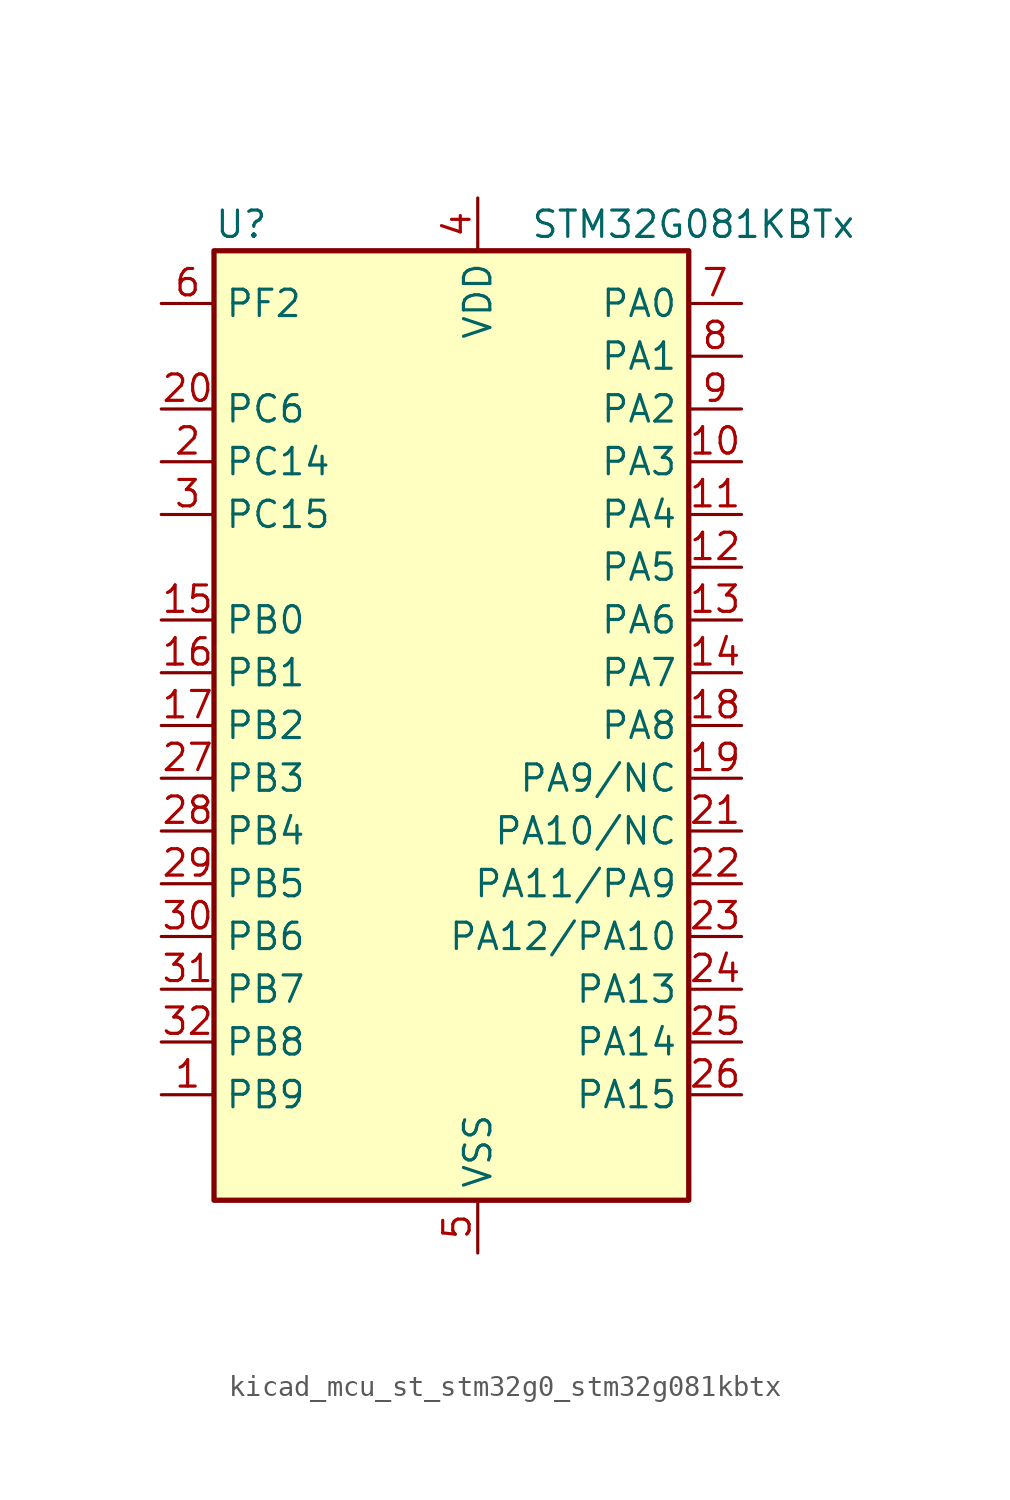
<source format=kicad_sym>
(kicad_symbol_lib
  (version 20220914)
  (generator kicad_symbol_editor)
  (symbol "kicad_mcu_st_stm32g0_stm32g081kbtx"
    (property "Reference" "U"
      (at -10.16 24.13 0)
      (effects (font (size 1.27 1.27)) (justify left)))
    (property "Value" "STM32G081KBTx"
      (at 5.08 24.13 0)
      (effects (font (size 1.27 1.27)) (justify left)))
    (property "ki_locked" ""
      (at 0 0 0)
      (effects (font (size 1.27 1.27))))
    (symbol "kicad_mcu_st_stm32g0_stm32g081kbtx_0_1"
      (rectangle (start -10.16 -22.86) (end 12.7 22.86) (stroke (width 0.254) (type default)) (fill (type background))))
    (symbol "kicad_mcu_st_stm32g0_stm32g081kbtx_1_1"
      (pin bidirectional line (at -12.7 -17.78 0) (length 2.54) (name "PB9" (effects (font (size 1.27 1.27)))) (number "1" (effects (font (size 1.27 1.27)))) (alternate "DAC1_EXTI9" bidirectional line) (alternate "I2C1_SDA" bidirectional line) (alternate "IR_OUT" bidirectional line) (alternate "SPI2_NSS" bidirectional line) (alternate "TIM17_CH1" bidirectional line) (alternate "USART3_RX" bidirectional line))
      (pin bidirectional line (at 15.24 12.7 180) (length 2.54) (name "PA3" (effects (font (size 1.27 1.27)))) (number "10" (effects (font (size 1.27 1.27)))) (alternate "ADC1_IN3" bidirectional line) (alternate "COMP2_INP" bidirectional line) (alternate "LPUART1_RX" bidirectional line) (alternate "SPI2_MISO" bidirectional line) (alternate "TIM15_CH2" bidirectional line) (alternate "TIM2_CH4" bidirectional line) (alternate "USART2_RX" bidirectional line))
      (pin bidirectional line (at 15.24 10.16 180) (length 2.54) (name "PA4" (effects (font (size 1.27 1.27)))) (number "11" (effects (font (size 1.27 1.27)))) (alternate "ADC1_IN4" bidirectional line) (alternate "DAC1_OUT1" bidirectional line) (alternate "I2S1_WS" bidirectional line) (alternate "LPTIM2_OUT" bidirectional line) (alternate "RTC_OUT_ALARM" bidirectional line) (alternate "RTC_OUT_CALIB" bidirectional line) (alternate "RTC_TAMP_IN1" bidirectional line) (alternate "RTC_TS" bidirectional line) (alternate "SPI1_NSS" bidirectional line) (alternate "SPI2_MOSI" bidirectional line) (alternate "SYS_WKUP2" bidirectional line) (alternate "TIM14_CH1" bidirectional line))
      (pin bidirectional line (at 15.24 7.62 180) (length 2.54) (name "PA5" (effects (font (size 1.27 1.27)))) (number "12" (effects (font (size 1.27 1.27)))) (alternate "ADC1_IN5" bidirectional line) (alternate "CEC" bidirectional line) (alternate "DAC1_OUT2" bidirectional line) (alternate "I2S1_CK" bidirectional line) (alternate "LPTIM2_ETR" bidirectional line) (alternate "SPI1_SCK" bidirectional line) (alternate "TIM2_CH1" bidirectional line) (alternate "TIM2_ETR" bidirectional line) (alternate "UCPD1_FRSTX1" bidirectional line) (alternate "UCPD1_FRSTX2" bidirectional line) (alternate "USART3_TX" bidirectional line))
      (pin bidirectional line (at 15.24 5.08 180) (length 2.54) (name "PA6" (effects (font (size 1.27 1.27)))) (number "13" (effects (font (size 1.27 1.27)))) (alternate "ADC1_IN6" bidirectional line) (alternate "COMP1_OUT" bidirectional line) (alternate "I2S1_MCK" bidirectional line) (alternate "LPUART1_CTS" bidirectional line) (alternate "SPI1_MISO" bidirectional line) (alternate "TIM16_CH1" bidirectional line) (alternate "TIM1_BK" bidirectional line) (alternate "TIM3_CH1" bidirectional line) (alternate "USART3_CTS" bidirectional line) (alternate "USART3_NSS" bidirectional line))
      (pin bidirectional line (at 15.24 2.54 180) (length 2.54) (name "PA7" (effects (font (size 1.27 1.27)))) (number "14" (effects (font (size 1.27 1.27)))) (alternate "ADC1_IN7" bidirectional line) (alternate "COMP2_OUT" bidirectional line) (alternate "I2S1_SD" bidirectional line) (alternate "SPI1_MOSI" bidirectional line) (alternate "TIM14_CH1" bidirectional line) (alternate "TIM17_CH1" bidirectional line) (alternate "TIM1_CH1N" bidirectional line) (alternate "TIM3_CH2" bidirectional line) (alternate "UCPD1_FRSTX1" bidirectional line) (alternate "UCPD1_FRSTX2" bidirectional line))
      (pin bidirectional line (at -12.7 5.08 0) (length 2.54) (name "PB0" (effects (font (size 1.27 1.27)))) (number "15" (effects (font (size 1.27 1.27)))) (alternate "ADC1_IN8" bidirectional line) (alternate "COMP1_OUT" bidirectional line) (alternate "I2S1_WS" bidirectional line) (alternate "LPTIM1_OUT" bidirectional line) (alternate "SPI1_NSS" bidirectional line) (alternate "TIM1_CH2N" bidirectional line) (alternate "TIM3_CH3" bidirectional line) (alternate "UCPD1_FRSTX1" bidirectional line) (alternate "UCPD1_FRSTX2" bidirectional line) (alternate "USART3_RX" bidirectional line))
      (pin bidirectional line (at -12.7 2.54 0) (length 2.54) (name "PB1" (effects (font (size 1.27 1.27)))) (number "16" (effects (font (size 1.27 1.27)))) (alternate "ADC1_IN9" bidirectional line) (alternate "COMP1_INM" bidirectional line) (alternate "LPTIM2_IN1" bidirectional line) (alternate "LPUART1_DE" bidirectional line) (alternate "LPUART1_RTS" bidirectional line) (alternate "TIM14_CH1" bidirectional line) (alternate "TIM1_CH3N" bidirectional line) (alternate "TIM3_CH4" bidirectional line) (alternate "USART3_CK" bidirectional line) (alternate "USART3_DE" bidirectional line) (alternate "USART3_RTS" bidirectional line))
      (pin bidirectional line (at -12.7 0 0) (length 2.54) (name "PB2" (effects (font (size 1.27 1.27)))) (number "17" (effects (font (size 1.27 1.27)))) (alternate "ADC1_IN10" bidirectional line) (alternate "COMP1_INP" bidirectional line) (alternate "LPTIM1_OUT" bidirectional line) (alternate "SPI2_MISO" bidirectional line) (alternate "USART3_TX" bidirectional line))
      (pin bidirectional line (at 15.24 0 180) (length 2.54) (name "PA8" (effects (font (size 1.27 1.27)))) (number "18" (effects (font (size 1.27 1.27)))) (alternate "LPTIM2_OUT" bidirectional line) (alternate "RCC_MCO" bidirectional line) (alternate "SPI2_NSS" bidirectional line) (alternate "TIM1_CH1" bidirectional line) (alternate "UCPD1_CC1" bidirectional line))
      (pin bidirectional line (at 15.24 -2.54 180) (length 2.54) (name "PA9/NC" (effects (font (size 1.27 1.27)))) (number "19" (effects (font (size 1.27 1.27)))) (alternate "DAC1_EXTI9" bidirectional line) (alternate "I2C1_SCL" bidirectional line) (alternate "RCC_MCO" bidirectional line) (alternate "SPI2_MISO" bidirectional line) (alternate "TIM15_BK" bidirectional line) (alternate "TIM1_CH2" bidirectional line) (alternate "UCPD1_DBCC1" bidirectional line) (alternate "USART1_TX" bidirectional line))
      (pin bidirectional line (at -12.7 12.7 0) (length 2.54) (name "PC14" (effects (font (size 1.27 1.27)))) (number "2" (effects (font (size 1.27 1.27)))) (alternate "RCC_OSC32_IN" bidirectional line) (alternate "RCC_OSC_IN" bidirectional line) (alternate "TIM1_BK2" bidirectional line))
      (pin bidirectional line (at -12.7 15.24 0) (length 2.54) (name "PC6" (effects (font (size 1.27 1.27)))) (number "20" (effects (font (size 1.27 1.27)))) (alternate "TIM2_CH3" bidirectional line) (alternate "TIM3_CH1" bidirectional line) (alternate "UCPD1_FRSTX1" bidirectional line) (alternate "UCPD1_FRSTX2" bidirectional line))
      (pin bidirectional line (at 15.24 -5.08 180) (length 2.54) (name "PA10/NC" (effects (font (size 1.27 1.27)))) (number "21" (effects (font (size 1.27 1.27)))) (alternate "I2C1_SDA" bidirectional line) (alternate "SPI2_MOSI" bidirectional line) (alternate "TIM17_BK" bidirectional line) (alternate "TIM1_CH3" bidirectional line) (alternate "UCPD1_DBCC2" bidirectional line) (alternate "USART1_RX" bidirectional line))
      (pin bidirectional line (at 15.24 -7.62 180) (length 2.54) (name "PA11/PA9" (effects (font (size 1.27 1.27)))) (number "22" (effects (font (size 1.27 1.27)))) (alternate "ADC1_EXTI11" bidirectional line) (alternate "COMP1_OUT" bidirectional line) (alternate "I2C2_SCL" bidirectional line) (alternate "I2S1_MCK" bidirectional line) (alternate "SPI1_MISO" bidirectional line) (alternate "TIM1_BK2" bidirectional line) (alternate "TIM1_CH4" bidirectional line) (alternate "USART1_CTS" bidirectional line) (alternate "USART1_NSS" bidirectional line))
      (pin bidirectional line (at 15.24 -10.16 180) (length 2.54) (name "PA12/PA10" (effects (font (size 1.27 1.27)))) (number "23" (effects (font (size 1.27 1.27)))) (alternate "COMP2_OUT" bidirectional line) (alternate "I2C2_SDA" bidirectional line) (alternate "I2S1_SD" bidirectional line) (alternate "I2S_CKIN" bidirectional line) (alternate "SPI1_MOSI" bidirectional line) (alternate "TIM1_ETR" bidirectional line) (alternate "USART1_CK" bidirectional line) (alternate "USART1_DE" bidirectional line) (alternate "USART1_RTS" bidirectional line))
      (pin bidirectional line (at 15.24 -12.7 180) (length 2.54) (name "PA13" (effects (font (size 1.27 1.27)))) (number "24" (effects (font (size 1.27 1.27)))) (alternate "IR_OUT" bidirectional line) (alternate "SYS_SWDIO" bidirectional line))
      (pin bidirectional line (at 15.24 -15.24 180) (length 2.54) (name "PA14" (effects (font (size 1.27 1.27)))) (number "25" (effects (font (size 1.27 1.27)))) (alternate "SYS_SWCLK" bidirectional line) (alternate "USART2_TX" bidirectional line))
      (pin bidirectional line (at 15.24 -17.78 180) (length 2.54) (name "PA15" (effects (font (size 1.27 1.27)))) (number "26" (effects (font (size 1.27 1.27)))) (alternate "I2S1_WS" bidirectional line) (alternate "SPI1_NSS" bidirectional line) (alternate "TIM2_CH1" bidirectional line) (alternate "TIM2_ETR" bidirectional line) (alternate "USART2_RX" bidirectional line) (alternate "USART3_CK" bidirectional line) (alternate "USART3_DE" bidirectional line) (alternate "USART3_RTS" bidirectional line) (alternate "USART4_CK" bidirectional line) (alternate "USART4_DE" bidirectional line) (alternate "USART4_RTS" bidirectional line))
      (pin bidirectional line (at -12.7 -2.54 0) (length 2.54) (name "PB3" (effects (font (size 1.27 1.27)))) (number "27" (effects (font (size 1.27 1.27)))) (alternate "COMP2_INM" bidirectional line) (alternate "I2S1_CK" bidirectional line) (alternate "SPI1_SCK" bidirectional line) (alternate "TIM1_CH2" bidirectional line) (alternate "TIM2_CH2" bidirectional line) (alternate "USART1_CK" bidirectional line) (alternate "USART1_DE" bidirectional line) (alternate "USART1_RTS" bidirectional line))
      (pin bidirectional line (at -12.7 -5.08 0) (length 2.54) (name "PB4" (effects (font (size 1.27 1.27)))) (number "28" (effects (font (size 1.27 1.27)))) (alternate "COMP2_INP" bidirectional line) (alternate "I2S1_MCK" bidirectional line) (alternate "SPI1_MISO" bidirectional line) (alternate "TIM17_BK" bidirectional line) (alternate "TIM3_CH1" bidirectional line) (alternate "USART1_CTS" bidirectional line) (alternate "USART1_NSS" bidirectional line))
      (pin bidirectional line (at -12.7 -7.62 0) (length 2.54) (name "PB5" (effects (font (size 1.27 1.27)))) (number "29" (effects (font (size 1.27 1.27)))) (alternate "COMP2_OUT" bidirectional line) (alternate "I2C1_SMBA" bidirectional line) (alternate "I2S1_SD" bidirectional line) (alternate "LPTIM1_IN1" bidirectional line) (alternate "SPI1_MOSI" bidirectional line) (alternate "SYS_WKUP6" bidirectional line) (alternate "TIM16_BK" bidirectional line) (alternate "TIM3_CH2" bidirectional line))
      (pin bidirectional line (at -12.7 10.16 0) (length 2.54) (name "PC15" (effects (font (size 1.27 1.27)))) (number "3" (effects (font (size 1.27 1.27)))) (alternate "RCC_OSC32_EN" bidirectional line) (alternate "RCC_OSC32_OUT" bidirectional line) (alternate "RCC_OSC_EN" bidirectional line) (alternate "TIM15_BK" bidirectional line))
      (pin bidirectional line (at -12.7 -10.16 0) (length 2.54) (name "PB6" (effects (font (size 1.27 1.27)))) (number "30" (effects (font (size 1.27 1.27)))) (alternate "COMP2_INP" bidirectional line) (alternate "I2C1_SCL" bidirectional line) (alternate "LPTIM1_ETR" bidirectional line) (alternate "SPI2_MISO" bidirectional line) (alternate "TIM16_CH1N" bidirectional line) (alternate "TIM1_CH3" bidirectional line) (alternate "USART1_TX" bidirectional line))
      (pin bidirectional line (at -12.7 -12.7 0) (length 2.54) (name "PB7" (effects (font (size 1.27 1.27)))) (number "31" (effects (font (size 1.27 1.27)))) (alternate "COMP2_INM" bidirectional line) (alternate "I2C1_SDA" bidirectional line) (alternate "LPTIM1_IN2" bidirectional line) (alternate "SPI2_MOSI" bidirectional line) (alternate "SYS_PVD_IN" bidirectional line) (alternate "TIM17_CH1N" bidirectional line) (alternate "USART1_RX" bidirectional line) (alternate "USART4_CTS" bidirectional line) (alternate "USART4_NSS" bidirectional line))
      (pin bidirectional line (at -12.7 -15.24 0) (length 2.54) (name "PB8" (effects (font (size 1.27 1.27)))) (number "32" (effects (font (size 1.27 1.27)))) (alternate "CEC" bidirectional line) (alternate "I2C1_SCL" bidirectional line) (alternate "SPI2_SCK" bidirectional line) (alternate "TIM15_BK" bidirectional line) (alternate "TIM16_CH1" bidirectional line) (alternate "USART3_TX" bidirectional line))
      (pin power_in line (at 2.54 25.4 270) (length 2.54) (name "VDD" (effects (font (size 1.27 1.27)))) (number "4" (effects (font (size 1.27 1.27)))))
      (pin power_in line (at 2.54 -25.4 90) (length 2.54) (name "VSS" (effects (font (size 1.27 1.27)))) (number "5" (effects (font (size 1.27 1.27)))))
      (pin bidirectional line (at -12.7 20.32 0) (length 2.54) (name "PF2" (effects (font (size 1.27 1.27)))) (number "6" (effects (font (size 1.27 1.27)))) (alternate "RCC_MCO" bidirectional line))
      (pin bidirectional line (at 15.24 20.32 180) (length 2.54) (name "PA0" (effects (font (size 1.27 1.27)))) (number "7" (effects (font (size 1.27 1.27)))) (alternate "ADC1_IN0" bidirectional line) (alternate "COMP1_INM" bidirectional line) (alternate "COMP1_OUT" bidirectional line) (alternate "LPTIM1_OUT" bidirectional line) (alternate "RTC_TAMP_IN2" bidirectional line) (alternate "SPI2_SCK" bidirectional line) (alternate "SYS_WKUP1" bidirectional line) (alternate "TIM2_CH1" bidirectional line) (alternate "TIM2_ETR" bidirectional line) (alternate "USART2_CTS" bidirectional line) (alternate "USART2_NSS" bidirectional line) (alternate "USART4_TX" bidirectional line))
      (pin bidirectional line (at 15.24 17.78 180) (length 2.54) (name "PA1" (effects (font (size 1.27 1.27)))) (number "8" (effects (font (size 1.27 1.27)))) (alternate "ADC1_IN1" bidirectional line) (alternate "COMP1_INP" bidirectional line) (alternate "I2C1_SMBA" bidirectional line) (alternate "I2S1_CK" bidirectional line) (alternate "SPI1_SCK" bidirectional line) (alternate "TIM15_CH1N" bidirectional line) (alternate "TIM2_CH2" bidirectional line) (alternate "USART2_CK" bidirectional line) (alternate "USART2_DE" bidirectional line) (alternate "USART2_RTS" bidirectional line) (alternate "USART4_RX" bidirectional line))
      (pin bidirectional line (at 15.24 15.24 180) (length 2.54) (name "PA2" (effects (font (size 1.27 1.27)))) (number "9" (effects (font (size 1.27 1.27)))) (alternate "ADC1_IN2" bidirectional line) (alternate "COMP2_INM" bidirectional line) (alternate "COMP2_OUT" bidirectional line) (alternate "I2S1_SD" bidirectional line) (alternate "LPUART1_TX" bidirectional line) (alternate "RCC_LSCO" bidirectional line) (alternate "SPI1_MOSI" bidirectional line) (alternate "SYS_WKUP4" bidirectional line) (alternate "TIM15_CH1" bidirectional line) (alternate "TIM2_CH3" bidirectional line) (alternate "UCPD1_FRSTX1" bidirectional line) (alternate "UCPD1_FRSTX2" bidirectional line) (alternate "USART2_TX" bidirectional line)))))
</source>
